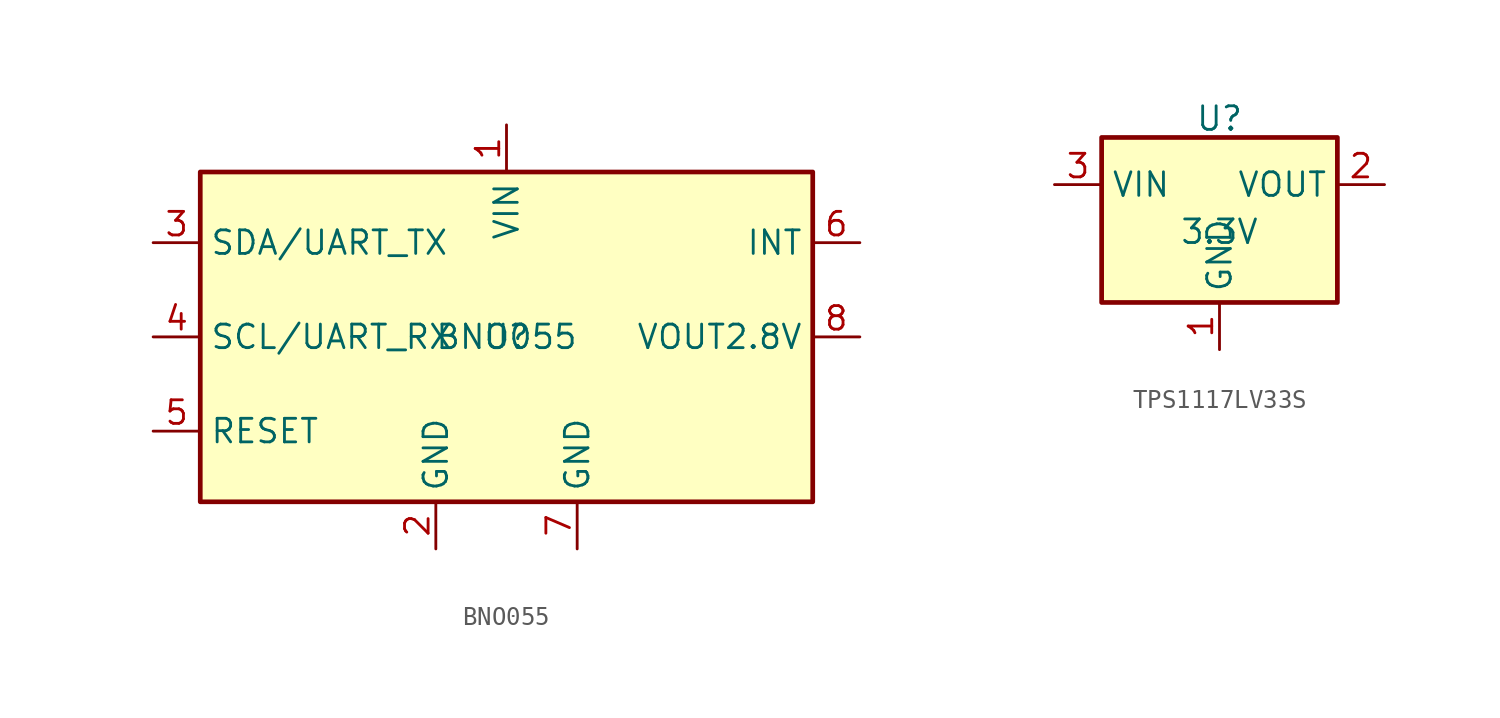
<source format=kicad_sym>
(kicad_symbol_lib
  (version 20231120)
  (generator "kicad_symbol_editor")
  (generator_version "8.0")
  (symbol "BNO055"
    (property "Reference" "U"
      (at 0 0 0)
      (effects (font (size 1.27 1.27))))
    (property "Value" "BNO055"
      (at 0 0 0)
      (effects (font (size 1.27 1.27))))
    (symbol "BNO055_1_1"
      (rectangle (start -16.51 8.89) (end 16.51 -8.89) (stroke (width 0.254) (type default)) (fill (type background)))
      (pin power_in line (at 0 11.43 270) (length 2.54) (name "VIN" (effects (font (size 1.27 1.27)))) (number "1" (effects (font (size 1.27 1.27)))))
      (pin passive line (at -3.81 -11.43 90) (length 2.54) (name "GND" (effects (font (size 1.27 1.27)))) (number "2" (effects (font (size 1.27 1.27)))))
      (pin passive line (at -19.05 5.08 0) (length 2.54) (name "SDA/UART_TX" (effects (font (size 1.27 1.27)))) (number "3" (effects (font (size 1.27 1.27)))))
      (pin passive line (at -19.05 0 0) (length 2.54) (name "SCL/UART_RX" (effects (font (size 1.27 1.27)))) (number "4" (effects (font (size 1.27 1.27)))))
      (pin passive line (at -19.05 -5.08 0) (length 2.54) (name "RESET" (effects (font (size 1.27 1.27)))) (number "5" (effects (font (size 1.27 1.27)))))
      (pin passive line (at 19.05 5.08 180) (length 2.54) (name "INT" (effects (font (size 1.27 1.27)))) (number "6" (effects (font (size 1.27 1.27)))))
      (pin passive line (at 3.81 -11.43 90) (length 2.54) (name "GND" (effects (font (size 1.27 1.27)))) (number "7" (effects (font (size 1.27 1.27)))))
      (pin power_out line (at 19.05 0 180) (length 2.54) (name "VOUT2.8V" (effects (font (size 1.27 1.27)))) (number "8" (effects (font (size 1.27 1.27)))))))
  (symbol "TPS1117LV33S"
    (property "Reference" "U"
      (at 0 6.096 0)
      (effects (font (size 1.27 1.27))))
    (property "Value" "3.3V"
      (at 0 0 0)
      (effects (font (size 1.27 1.27))))
    (symbol "TPS1117LV33S_1_1"
      (rectangle (start -6.35 5.08) (end 6.35 -3.81) (stroke (width 0.254) (type default)) (fill (type background)))
      (pin power_in line (at 0 -6.35 90) (length 2.54) (name "GND" (effects (font (size 1.27 1.27)))) (number "1" (effects (font (size 1.27 1.27)))))
      (pin power_out line (at 8.89 2.54 180) (length 2.54) (name "VOUT" (effects (font (size 1.27 1.27)))) (number "2" (effects (font (size 1.27 1.27)))))
      (pin power_in line (at -8.89 2.54 0) (length 2.54) (name "VIN" (effects (font (size 1.27 1.27)))) (number "3" (effects (font (size 1.27 1.27))))))))
</source>
